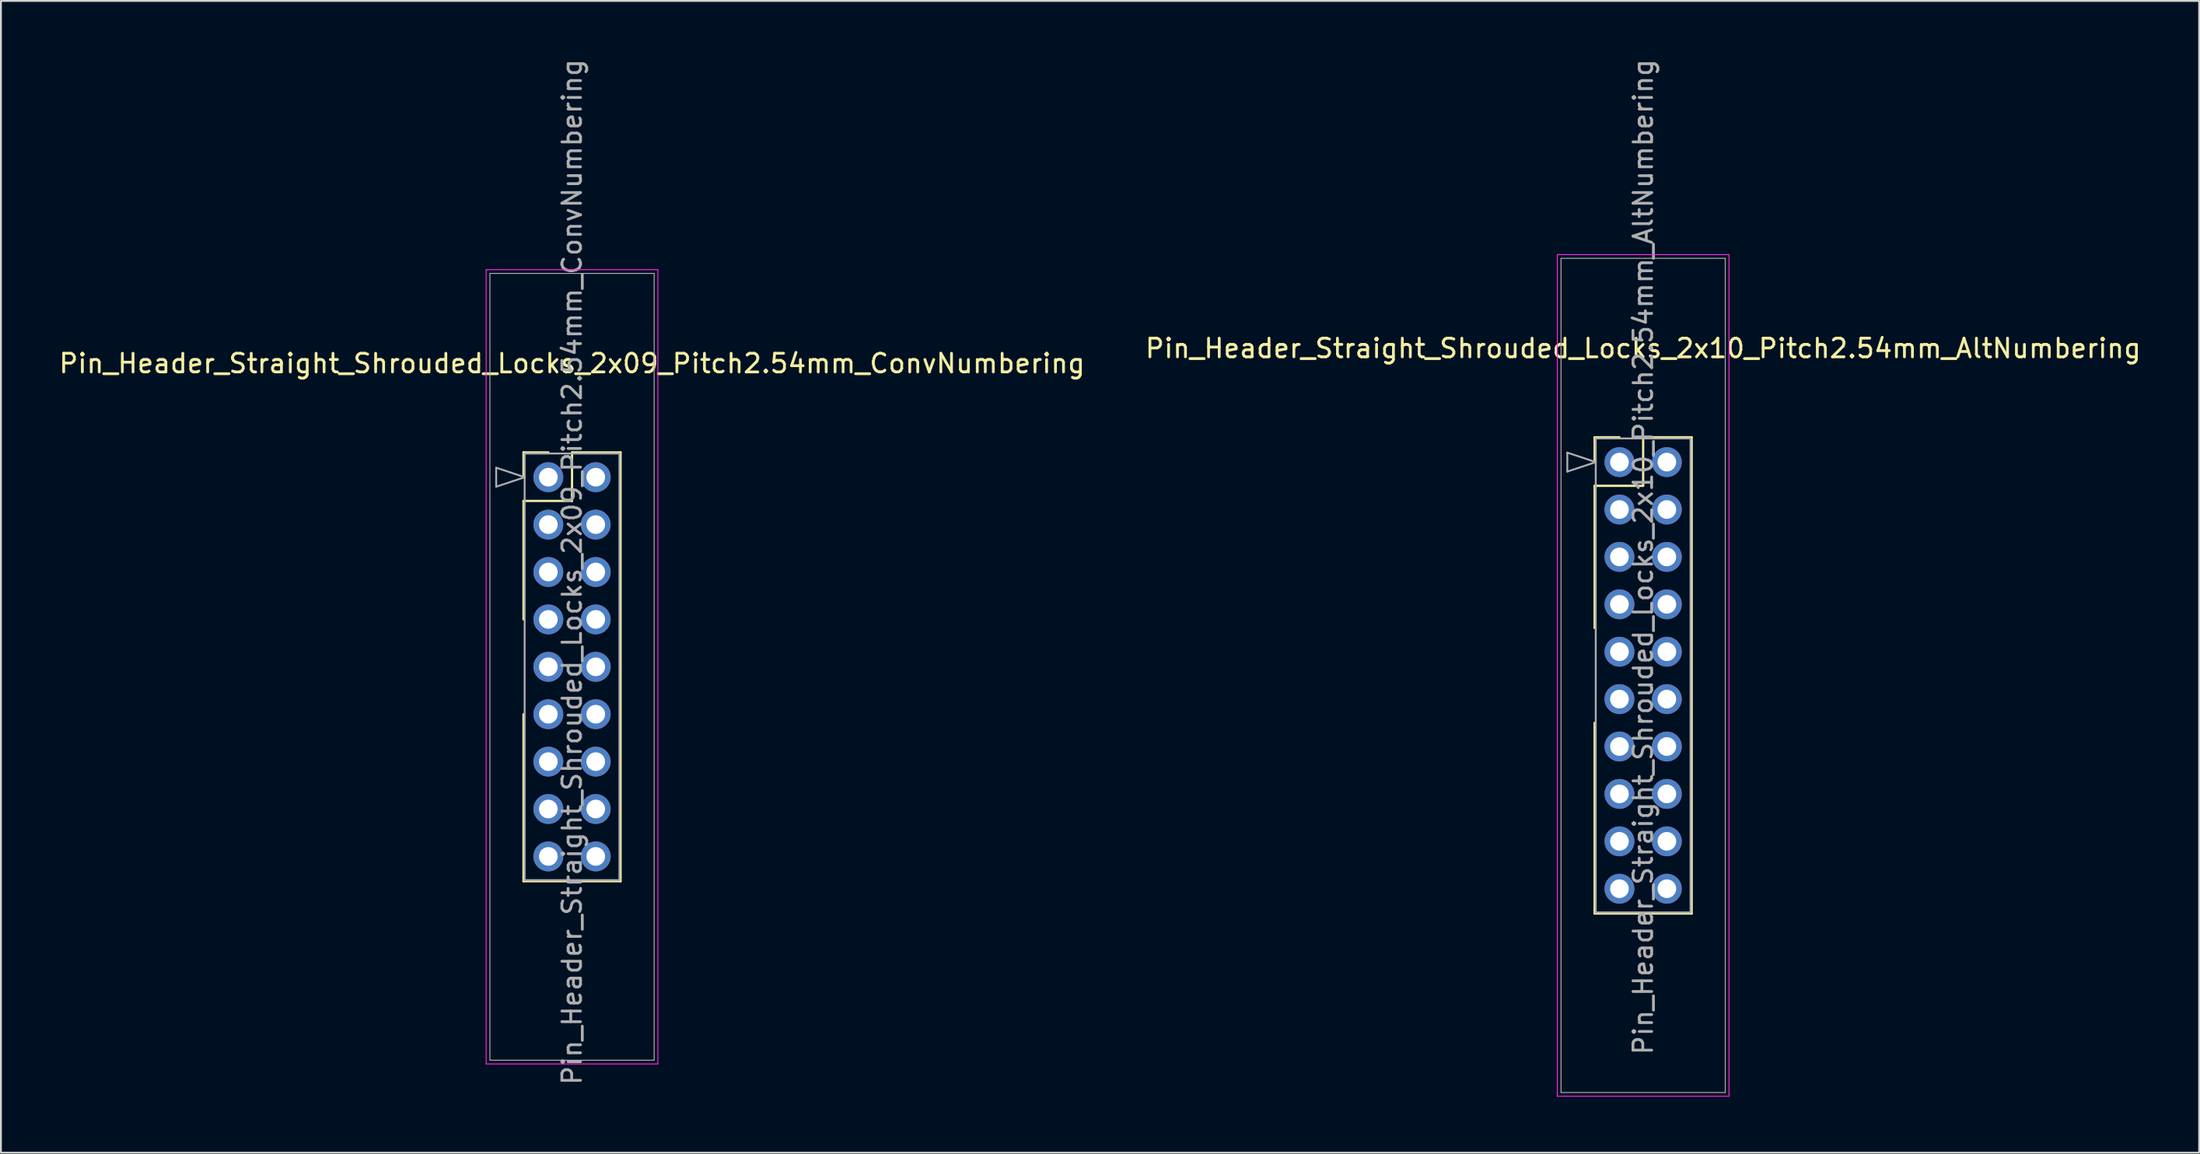
<source format=kicad_pcb>
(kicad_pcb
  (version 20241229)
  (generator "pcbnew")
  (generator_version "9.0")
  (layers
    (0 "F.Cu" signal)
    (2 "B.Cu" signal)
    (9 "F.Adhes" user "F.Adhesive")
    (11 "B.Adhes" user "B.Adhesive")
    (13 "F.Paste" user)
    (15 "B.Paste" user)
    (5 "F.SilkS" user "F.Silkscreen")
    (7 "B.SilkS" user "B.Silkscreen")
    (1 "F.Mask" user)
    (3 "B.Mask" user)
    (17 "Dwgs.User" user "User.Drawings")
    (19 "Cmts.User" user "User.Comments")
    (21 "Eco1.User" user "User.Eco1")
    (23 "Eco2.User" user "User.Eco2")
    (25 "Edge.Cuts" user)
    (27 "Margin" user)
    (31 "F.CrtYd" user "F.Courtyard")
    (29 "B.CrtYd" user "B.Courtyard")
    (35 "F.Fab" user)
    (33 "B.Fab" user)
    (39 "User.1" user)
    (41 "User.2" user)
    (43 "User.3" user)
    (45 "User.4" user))
  (footprint "Pin_Header_Straight_Shrouded_Locks_2x09_Pitch2.54mm_ConvNumbering"
    (layer "F.Cu")
    (at 26.331 22.521)
    (property "Reference" "Pin_Header_Straight_Shrouded_Locks_2x09_Pitch2.54mm_ConvNumbering" (at 1.27 -6.096 0) (layer "F.SilkS") (effects (font (size 1 1) (thickness 0.15))))
    (attr through_hole)
    (fp_line (start -1.33 -1.33) (end 0 -1.33) (stroke (width 0.12) (type solid)) (layer "F.SilkS"))
    (fp_line (start -1.33 0) (end -1.33 -1.33) (stroke (width 0.12) (type solid)) (layer "F.SilkS"))
    (fp_line (start -1.33 1.27) (end -1.33 7.62) (stroke (width 0.12) (type solid)) (layer "F.SilkS"))
    (fp_line (start -1.33 1.27) (end 1.27 1.27) (stroke (width 0.12) (type solid)) (layer "F.SilkS"))
    (fp_line (start -1.33 12.7) (end -1.33 21.65) (stroke (width 0.12) (type solid)) (layer "F.SilkS"))
    (fp_line (start -1.33 21.65) (end 3.87 21.65) (stroke (width 0.12) (type solid)) (layer "F.SilkS"))
    (fp_line (start 1.27 -1.33) (end 3.87 -1.33) (stroke (width 0.12) (type solid)) (layer "F.SilkS"))
    (fp_line (start 1.27 1.27) (end 1.27 -1.33) (stroke (width 0.12) (type solid)) (layer "F.SilkS"))
    (fp_line (start 3.87 -1.33) (end 3.87 21.65) (stroke (width 0.12) (type solid)) (layer "F.SilkS"))
    (fp_line (start -3.33 -11.12) (end -3.33 31.44) (stroke (width 0.05) (type solid)) (layer "F.CrtYd"))
    (fp_line (start -3.33 31.44) (end 5.87 31.44) (stroke (width 0.05) (type solid)) (layer "F.CrtYd"))
    (fp_line (start 5.87 -11.12) (end -3.33 -11.12) (stroke (width 0.05) (type solid)) (layer "F.CrtYd"))
    (fp_line (start 5.87 31.44) (end 5.87 -11.12) (stroke (width 0.05) (type solid)) (layer "F.CrtYd"))
    (fp_line (start -3.13 -10.92) (end -3.13 31.24) (stroke (width 0.05) (type solid)) (layer "F.Fab"))
    (fp_line (start -3.13 31.24) (end 5.67 31.24) (stroke (width 0.05) (type solid)) (layer "F.Fab"))
    (fp_line (start -2.794 -0.508) (end -1.27 0) (stroke (width 0.1) (type solid)) (layer "F.Fab"))
    (fp_line (start -2.794 0.508) (end -2.794 -0.508) (stroke (width 0.1) (type solid)) (layer "F.Fab"))
    (fp_line (start -1.27 -1.27) (end -1.27 21.59) (stroke (width 0.1) (type solid)) (layer "F.Fab"))
    (fp_line (start -1.27 0) (end -2.794 0.508) (stroke (width 0.1) (type solid)) (layer "F.Fab"))
    (fp_line (start -1.27 21.59) (end 3.81 21.59) (stroke (width 0.1) (type solid)) (layer "F.Fab"))
    (fp_line (start 3.81 -1.27) (end -1.27 -1.27) (stroke (width 0.1) (type solid)) (layer "F.Fab"))
    (fp_line (start 3.81 21.59) (end 3.81 -1.27) (stroke (width 0.1) (type solid)) (layer "F.Fab"))
    (fp_line (start 5.67 -10.92) (end -3.13 -10.92) (stroke (width 0.05) (type solid)) (layer "F.Fab"))
    (fp_line (start 5.67 31.24) (end 5.67 -10.92) (stroke (width 0.05) (type solid)) (layer "F.Fab"))
    (fp_text user "${REFERENCE}" (at 1.27 5.08 90) (layer "F.Fab") (effects (font (size 1 1) (thickness 0.15))))
    (pad "1" thru_hole oval (at 0 0) (size 1.6 1.6) (drill 1) (layers "*.Cu" "*.Mask"))
    (pad "2" thru_hole oval (at 2.54 0) (size 1.6 1.6) (drill 1) (layers "*.Cu" "*.Mask"))
    (pad "3" thru_hole oval (at 0 2.54) (size 1.6 1.6) (drill 1) (layers "*.Cu" "*.Mask"))
    (pad "4" thru_hole oval (at 2.54 2.54) (size 1.6 1.6) (drill 1) (layers "*.Cu" "*.Mask"))
    (pad "5" thru_hole oval (at 0 5.08) (size 1.6 1.6) (drill 1) (layers "*.Cu" "*.Mask"))
    (pad "6" thru_hole oval (at 2.54 5.08) (size 1.6 1.6) (drill 1) (layers "*.Cu" "*.Mask"))
    (pad "7" thru_hole oval (at 0 7.62) (size 1.6 1.6) (drill 1) (layers "*.Cu" "*.Mask"))
    (pad "8" thru_hole oval (at 2.54 7.62) (size 1.6 1.6) (drill 1) (layers "*.Cu" "*.Mask"))
    (pad "9" thru_hole oval (at 0 10.16) (size 1.6 1.6) (drill 1) (layers "*.Cu" "*.Mask"))
    (pad "10" thru_hole oval (at 2.54 10.16) (size 1.6 1.6) (drill 1) (layers "*.Cu" "*.Mask"))
    (pad "11" thru_hole oval (at 0 12.7) (size 1.6 1.6) (drill 1) (layers "*.Cu" "*.Mask"))
    (pad "12" thru_hole oval (at 2.54 12.7) (size 1.6 1.6) (drill 1) (layers "*.Cu" "*.Mask"))
    (pad "13" thru_hole oval (at 0 15.24) (size 1.6 1.6) (drill 1) (layers "*.Cu" "*.Mask"))
    (pad "14" thru_hole oval (at 2.54 15.24) (size 1.6 1.6) (drill 1) (layers "*.Cu" "*.Mask"))
    (pad "15" thru_hole oval (at 0 17.78) (size 1.6 1.6) (drill 1) (layers "*.Cu" "*.Mask"))
    (pad "16" thru_hole oval (at 2.54 17.78) (size 1.6 1.6) (drill 1) (layers "*.Cu" "*.Mask"))
    (pad "17" thru_hole oval (at 0 20.32) (size 1.6 1.6) (drill 1) (layers "*.Cu" "*.Mask"))
    (pad "18" thru_hole oval (at 2.54 20.32) (size 1.6 1.6) (drill 1) (layers "*.Cu" "*.Mask")))
  (footprint "Pin_Header_Straight_Shrouded_Locks_2x10_Pitch2.54mm_AltNumbering"
    (layer "F.Cu")
    (at 83.724 21.712)
    (property "Reference" "Pin_Header_Straight_Shrouded_Locks_2x10_Pitch2.54mm_AltNumbering" (at 1.27 -6.096 0) (layer "F.SilkS") (effects (font (size 1 1) (thickness 0.15))))
    (attr through_hole)
    (fp_line (start -1.33 -1.33) (end 0 -1.33) (stroke (width 0.12) (type solid)) (layer "F.SilkS"))
    (fp_line (start -1.33 0) (end -1.33 -1.33) (stroke (width 0.12) (type solid)) (layer "F.SilkS"))
    (fp_line (start -1.33 1.27) (end -1.33 8.89) (stroke (width 0.12) (type solid)) (layer "F.SilkS"))
    (fp_line (start -1.33 1.27) (end 1.27 1.27) (stroke (width 0.12) (type solid)) (layer "F.SilkS"))
    (fp_line (start -1.33 13.97) (end -1.33 24.19) (stroke (width 0.12) (type solid)) (layer "F.SilkS"))
    (fp_line (start -1.33 24.19) (end 3.87 24.19) (stroke (width 0.12) (type solid)) (layer "F.SilkS"))
    (fp_line (start 1.27 -1.33) (end 3.87 -1.33) (stroke (width 0.12) (type solid)) (layer "F.SilkS"))
    (fp_line (start 1.27 1.27) (end 1.27 -1.33) (stroke (width 0.12) (type solid)) (layer "F.SilkS"))
    (fp_line (start 3.87 -1.33) (end 3.87 24.19) (stroke (width 0.12) (type solid)) (layer "F.SilkS"))
    (fp_line (start -3.33 -11.12) (end -3.33 33.98) (stroke (width 0.05) (type solid)) (layer "F.CrtYd"))
    (fp_line (start -3.33 33.98) (end 5.87 33.98) (stroke (width 0.05) (type solid)) (layer "F.CrtYd"))
    (fp_line (start 5.87 -11.12) (end -3.33 -11.12) (stroke (width 0.05) (type solid)) (layer "F.CrtYd"))
    (fp_line (start 5.87 33.98) (end 5.87 -11.12) (stroke (width 0.05) (type solid)) (layer "F.CrtYd"))
    (fp_line (start -3.13 -10.92) (end -3.13 33.78) (stroke (width 0.05) (type solid)) (layer "F.Fab"))
    (fp_line (start -3.13 33.78) (end 5.67 33.78) (stroke (width 0.05) (type solid)) (layer "F.Fab"))
    (fp_line (start -2.794 -0.508) (end -1.27 0) (stroke (width 0.1) (type solid)) (layer "F.Fab"))
    (fp_line (start -2.794 0.508) (end -2.794 -0.508) (stroke (width 0.1) (type solid)) (layer "F.Fab"))
    (fp_line (start -1.27 -1.27) (end -1.27 24.13) (stroke (width 0.1) (type solid)) (layer "F.Fab"))
    (fp_line (start -1.27 0) (end -2.794 0.508) (stroke (width 0.1) (type solid)) (layer "F.Fab"))
    (fp_line (start -1.27 24.13) (end 3.81 24.13) (stroke (width 0.1) (type solid)) (layer "F.Fab"))
    (fp_line (start 3.81 -1.27) (end -1.27 -1.27) (stroke (width 0.1) (type solid)) (layer "F.Fab"))
    (fp_line (start 3.81 24.13) (end 3.81 -1.27) (stroke (width 0.1) (type solid)) (layer "F.Fab"))
    (fp_line (start 5.67 -10.92) (end -3.13 -10.92) (stroke (width 0.05) (type solid)) (layer "F.Fab"))
    (fp_line (start 5.67 33.78) (end 5.67 -10.92) (stroke (width 0.05) (type solid)) (layer "F.Fab"))
    (fp_text user "${REFERENCE}" (at 1.27 5.08 90) (layer "F.Fab") (effects (font (size 1 1) (thickness 0.15))))
    (pad "1" thru_hole oval (at 0 0) (size 1.6 1.6) (drill 1) (layers "*.Cu" "*.Mask"))
    (pad "2" thru_hole oval (at 0 2.54) (size 1.6 1.6) (drill 1) (layers "*.Cu" "*.Mask"))
    (pad "3" thru_hole oval (at 0 5.08) (size 1.6 1.6) (drill 1) (layers "*.Cu" "*.Mask"))
    (pad "4" thru_hole oval (at 0 7.62) (size 1.6 1.6) (drill 1) (layers "*.Cu" "*.Mask"))
    (pad "5" thru_hole oval (at 0 10.16) (size 1.6 1.6) (drill 1) (layers "*.Cu" "*.Mask"))
    (pad "6" thru_hole oval (at 0 12.7) (size 1.6 1.6) (drill 1) (layers "*.Cu" "*.Mask"))
    (pad "7" thru_hole oval (at 0 15.24) (size 1.6 1.6) (drill 1) (layers "*.Cu" "*.Mask"))
    (pad "8" thru_hole oval (at 0 17.78) (size 1.6 1.6) (drill 1) (layers "*.Cu" "*.Mask"))
    (pad "9" thru_hole oval (at 0 20.32) (size 1.6 1.6) (drill 1) (layers "*.Cu" "*.Mask"))
    (pad "10" thru_hole oval (at 0 22.86) (size 1.6 1.6) (drill 1) (layers "*.Cu" "*.Mask"))
    (pad "11" thru_hole oval (at 2.54 0) (size 1.6 1.6) (drill 1) (layers "*.Cu" "*.Mask"))
    (pad "12" thru_hole oval (at 2.54 2.54) (size 1.6 1.6) (drill 1) (layers "*.Cu" "*.Mask"))
    (pad "13" thru_hole oval (at 2.54 5.08) (size 1.6 1.6) (drill 1) (layers "*.Cu" "*.Mask"))
    (pad "14" thru_hole oval (at 2.54 7.62) (size 1.6 1.6) (drill 1) (layers "*.Cu" "*.Mask"))
    (pad "15" thru_hole oval (at 2.54 10.16) (size 1.6 1.6) (drill 1) (layers "*.Cu" "*.Mask"))
    (pad "16" thru_hole oval (at 2.54 12.7) (size 1.6 1.6) (drill 1) (layers "*.Cu" "*.Mask"))
    (pad "17" thru_hole oval (at 2.54 15.24) (size 1.6 1.6) (drill 1) (layers "*.Cu" "*.Mask"))
    (pad "18" thru_hole oval (at 2.54 17.78) (size 1.6 1.6) (drill 1) (layers "*.Cu" "*.Mask"))
    (pad "19" thru_hole oval (at 2.54 20.32) (size 1.6 1.6) (drill 1) (layers "*.Cu" "*.Mask"))
    (pad "20" thru_hole oval (at 2.54 22.86) (size 1.6 1.6) (drill 1) (layers "*.Cu" "*.Mask")))
  (gr_rect
    (start -3 -3)
    (end 114.786 58.717)
    (stroke (width 0.1) (type default))
    (fill no)
    (layer "Edge.Cuts")))
</source>
